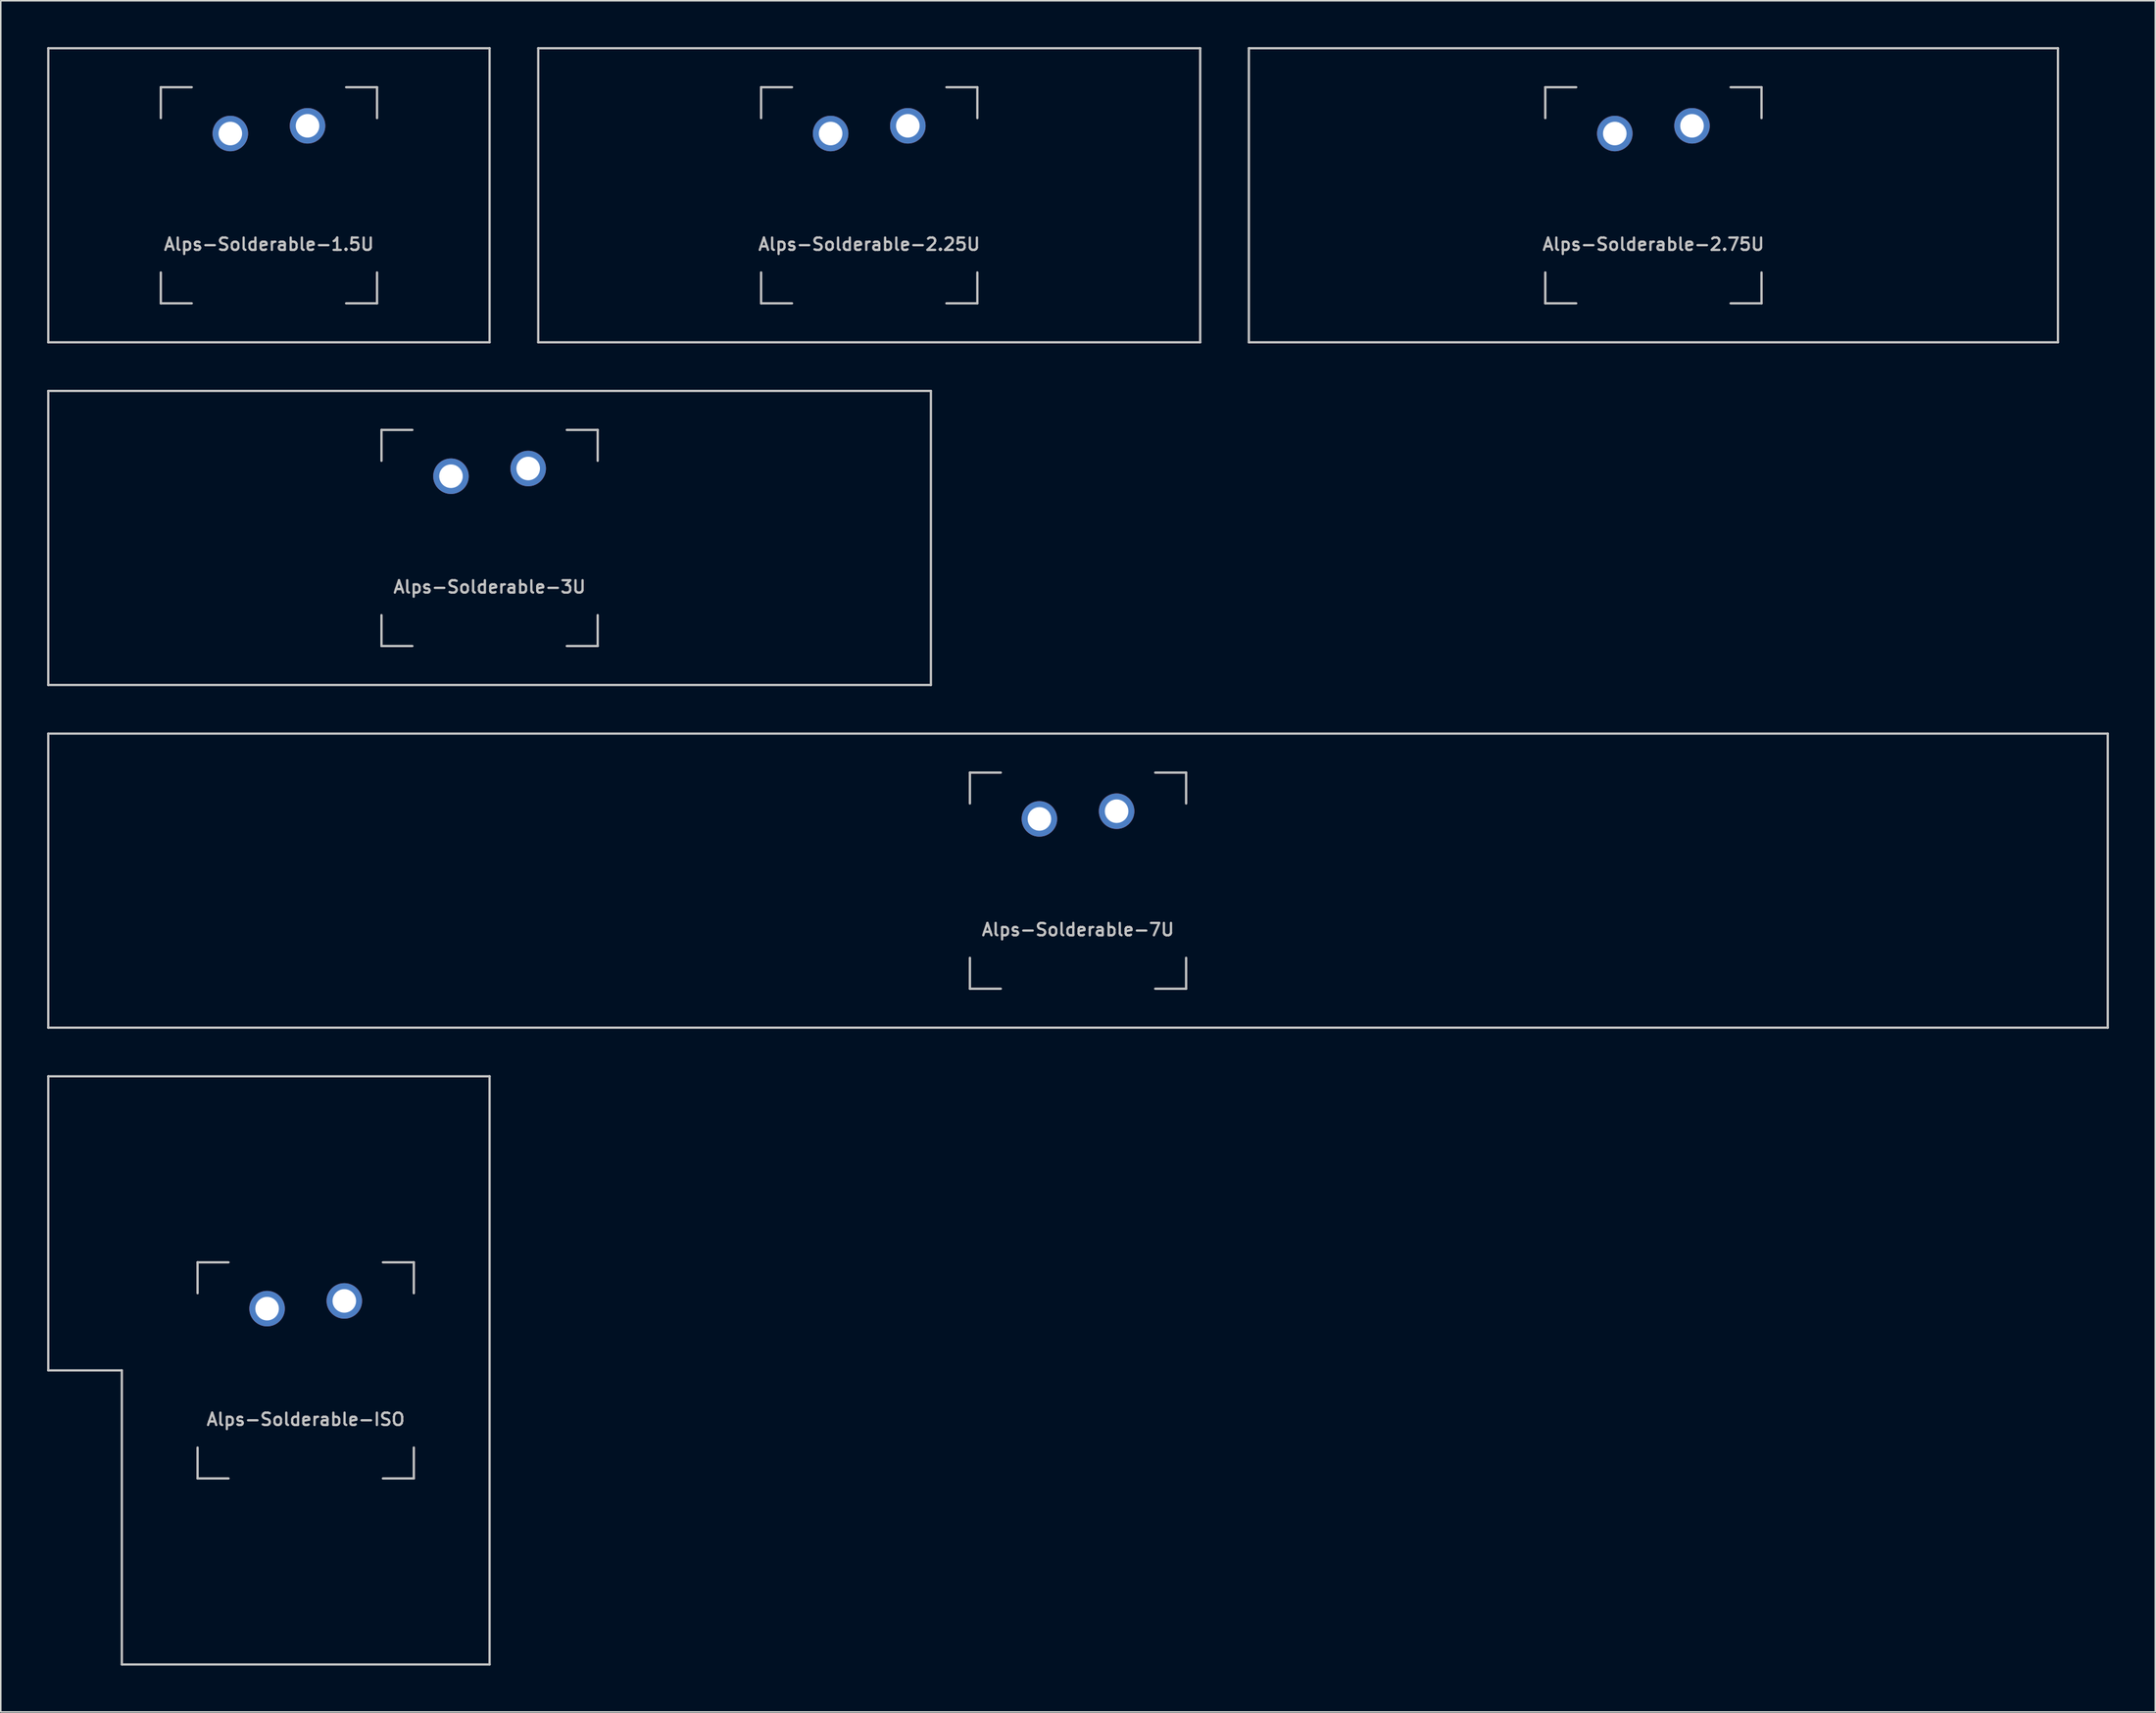
<source format=kicad_pcb>
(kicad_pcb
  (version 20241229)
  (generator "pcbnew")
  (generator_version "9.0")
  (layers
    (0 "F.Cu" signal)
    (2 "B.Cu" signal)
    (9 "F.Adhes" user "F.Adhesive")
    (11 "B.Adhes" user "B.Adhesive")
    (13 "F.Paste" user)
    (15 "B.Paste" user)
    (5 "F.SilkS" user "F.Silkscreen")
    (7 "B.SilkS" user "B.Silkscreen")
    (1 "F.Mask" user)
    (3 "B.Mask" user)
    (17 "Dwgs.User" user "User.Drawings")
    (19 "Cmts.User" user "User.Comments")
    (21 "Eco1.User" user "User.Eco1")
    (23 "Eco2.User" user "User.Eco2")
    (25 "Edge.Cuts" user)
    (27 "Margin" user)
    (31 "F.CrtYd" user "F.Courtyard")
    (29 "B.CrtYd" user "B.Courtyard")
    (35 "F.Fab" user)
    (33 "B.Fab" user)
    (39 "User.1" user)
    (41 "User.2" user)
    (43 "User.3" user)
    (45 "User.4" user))
  (footprint "Alps-Solderable-1.5U"
    (layer "F.Cu")
    (at 14.363 9.6)
    (property "Reference" "Alps-Solderable-1.5U" (at 0 3.175 0) (layer "Dwgs.User") (effects (font (size 0.8 0.8) (thickness 0.15))))
    (attr through_hole)
    (fp_line (start -14.287 9.525) (end -14.287 -9.525) (stroke (width 0.15) (type solid)) (layer "Dwgs.User"))
    (fp_line (start -7 -7) (end -7 -5) (stroke (width 0.15) (type solid)) (layer "Dwgs.User"))
    (fp_line (start -7 5) (end -7 7) (stroke (width 0.15) (type solid)) (layer "Dwgs.User"))
    (fp_line (start -7 7) (end -5 7) (stroke (width 0.15) (type solid)) (layer "Dwgs.User"))
    (fp_line (start -5 -7) (end -7 -7) (stroke (width 0.15) (type solid)) (layer "Dwgs.User"))
    (fp_line (start 5 -7) (end 7 -7) (stroke (width 0.15) (type solid)) (layer "Dwgs.User"))
    (fp_line (start 5 7) (end 7 7) (stroke (width 0.15) (type solid)) (layer "Dwgs.User"))
    (fp_line (start 7 -7) (end 7 -5) (stroke (width 0.15) (type solid)) (layer "Dwgs.User"))
    (fp_line (start 7 7) (end 7 5) (stroke (width 0.15) (type solid)) (layer "Dwgs.User"))
    (fp_line (start 14.287 -9.525) (end -14.287 -9.525) (stroke (width 0.15) (type solid)) (layer "Dwgs.User"))
    (fp_line (start 14.287 9.525) (end -14.287 9.525) (stroke (width 0.15) (type solid)) (layer "Dwgs.User"))
    (fp_line (start 14.287 9.525) (end 14.287 -9.525) (stroke (width 0.15) (type solid)) (layer "Dwgs.User"))
    (pad "1" thru_hole circle (at -2.5 -4) (size 2.3 2.3) (drill 1.524) (layers "*.Cu" "B.Mask"))
    (pad "2" thru_hole circle (at 2.5 -4.5) (size 2.3 2.3) (drill 1.524) (layers "*.Cu" "B.Mask")))
  (footprint "Alps-Solderable-3U"
    (layer "F.Cu")
    (at 28.65 31.8)
    (property "Reference" "Alps-Solderable-3U" (at 0 3.175 0) (layer "Dwgs.User") (effects (font (size 0.8 0.8) (thickness 0.15))))
    (attr through_hole)
    (fp_line (start -28.575 9.525) (end -28.575 -9.525) (stroke (width 0.15) (type solid)) (layer "Dwgs.User"))
    (fp_line (start -7 -7) (end -7 -5) (stroke (width 0.15) (type solid)) (layer "Dwgs.User"))
    (fp_line (start -7 5) (end -7 7) (stroke (width 0.15) (type solid)) (layer "Dwgs.User"))
    (fp_line (start -7 7) (end -5 7) (stroke (width 0.15) (type solid)) (layer "Dwgs.User"))
    (fp_line (start -5 -7) (end -7 -7) (stroke (width 0.15) (type solid)) (layer "Dwgs.User"))
    (fp_line (start 5 -7) (end 7 -7) (stroke (width 0.15) (type solid)) (layer "Dwgs.User"))
    (fp_line (start 5 7) (end 7 7) (stroke (width 0.15) (type solid)) (layer "Dwgs.User"))
    (fp_line (start 7 -7) (end 7 -5) (stroke (width 0.15) (type solid)) (layer "Dwgs.User"))
    (fp_line (start 7 7) (end 7 5) (stroke (width 0.15) (type solid)) (layer "Dwgs.User"))
    (fp_line (start 28.575 -9.525) (end -28.575 -9.525) (stroke (width 0.15) (type solid)) (layer "Dwgs.User"))
    (fp_line (start 28.575 9.525) (end -28.575 9.525) (stroke (width 0.15) (type solid)) (layer "Dwgs.User"))
    (fp_line (start 28.575 9.525) (end 28.575 -9.525) (stroke (width 0.15) (type solid)) (layer "Dwgs.User"))
    (pad "1" thru_hole circle (at -2.5 -4) (size 2.3 2.3) (drill 1.524) (layers "*.Cu" "B.Mask"))
    (pad "2" thru_hole circle (at 2.5 -4.5) (size 2.3 2.3) (drill 1.524) (layers "*.Cu" "B.Mask")))
  (footprint "Alps-Solderable-2.75U"
    (layer "F.Cu")
    (at 104.006 9.6)
    (property "Reference" "Alps-Solderable-2.75U" (at 0 3.175 0) (layer "Dwgs.User") (effects (font (size 0.8 0.8) (thickness 0.15))))
    (attr through_hole)
    (fp_line (start -26.194 9.525) (end -26.194 -9.525) (stroke (width 0.15) (type solid)) (layer "Dwgs.User"))
    (fp_line (start -7 -7) (end -7 -5) (stroke (width 0.15) (type solid)) (layer "Dwgs.User"))
    (fp_line (start -7 5) (end -7 7) (stroke (width 0.15) (type solid)) (layer "Dwgs.User"))
    (fp_line (start -7 7) (end -5 7) (stroke (width 0.15) (type solid)) (layer "Dwgs.User"))
    (fp_line (start -5 -7) (end -7 -7) (stroke (width 0.15) (type solid)) (layer "Dwgs.User"))
    (fp_line (start 5 -7) (end 7 -7) (stroke (width 0.15) (type solid)) (layer "Dwgs.User"))
    (fp_line (start 5 7) (end 7 7) (stroke (width 0.15) (type solid)) (layer "Dwgs.User"))
    (fp_line (start 7 -7) (end 7 -5) (stroke (width 0.15) (type solid)) (layer "Dwgs.User"))
    (fp_line (start 7 7) (end 7 5) (stroke (width 0.15) (type solid)) (layer "Dwgs.User"))
    (fp_line (start 26.194 -9.525) (end -26.194 -9.525) (stroke (width 0.15) (type solid)) (layer "Dwgs.User"))
    (fp_line (start 26.194 9.525) (end -26.194 9.525) (stroke (width 0.15) (type solid)) (layer "Dwgs.User"))
    (fp_line (start 26.194 9.525) (end 26.194 -9.525) (stroke (width 0.15) (type solid)) (layer "Dwgs.User"))
    (pad "1" thru_hole circle (at -2.5 -4) (size 2.3 2.3) (drill 1.524) (layers "*.Cu" "B.Mask"))
    (pad "2" thru_hole circle (at 2.5 -4.5) (size 2.3 2.3) (drill 1.524) (layers "*.Cu" "B.Mask")))
  (footprint "Alps-Solderable-2.25U"
    (layer "F.Cu")
    (at 53.231 9.6)
    (property "Reference" "Alps-Solderable-2.25U" (at 0 3.175 0) (layer "Dwgs.User") (effects (font (size 0.8 0.8) (thickness 0.15))))
    (attr through_hole)
    (fp_line (start -21.431 9.525) (end -21.431 -9.525) (stroke (width 0.15) (type solid)) (layer "Dwgs.User"))
    (fp_line (start -7 -7) (end -7 -5) (stroke (width 0.15) (type solid)) (layer "Dwgs.User"))
    (fp_line (start -7 5) (end -7 7) (stroke (width 0.15) (type solid)) (layer "Dwgs.User"))
    (fp_line (start -7 7) (end -5 7) (stroke (width 0.15) (type solid)) (layer "Dwgs.User"))
    (fp_line (start -5 -7) (end -7 -7) (stroke (width 0.15) (type solid)) (layer "Dwgs.User"))
    (fp_line (start 5 -7) (end 7 -7) (stroke (width 0.15) (type solid)) (layer "Dwgs.User"))
    (fp_line (start 5 7) (end 7 7) (stroke (width 0.15) (type solid)) (layer "Dwgs.User"))
    (fp_line (start 7 -7) (end 7 -5) (stroke (width 0.15) (type solid)) (layer "Dwgs.User"))
    (fp_line (start 7 7) (end 7 5) (stroke (width 0.15) (type solid)) (layer "Dwgs.User"))
    (fp_line (start 21.431 -9.525) (end -21.431 -9.525) (stroke (width 0.15) (type solid)) (layer "Dwgs.User"))
    (fp_line (start 21.431 9.525) (end -21.431 9.525) (stroke (width 0.15) (type solid)) (layer "Dwgs.User"))
    (fp_line (start 21.431 9.525) (end 21.431 -9.525) (stroke (width 0.15) (type solid)) (layer "Dwgs.User"))
    (pad "1" thru_hole circle (at -2.5 -4) (size 2.3 2.3) (drill 1.524) (layers "*.Cu" "B.Mask"))
    (pad "2" thru_hole circle (at 2.5 -4.5) (size 2.3 2.3) (drill 1.524) (layers "*.Cu" "B.Mask")))
  (footprint "Alps-Solderable-7U"
    (layer "F.Cu")
    (at 66.75 54)
    (property "Reference" "Alps-Solderable-7U" (at 0 3.175 0) (layer "Dwgs.User") (effects (font (size 0.8 0.8) (thickness 0.15))))
    (attr through_hole)
    (fp_line (start -66.675 9.525) (end -66.675 -9.525) (stroke (width 0.15) (type solid)) (layer "Dwgs.User"))
    (fp_line (start -7 -7) (end -7 -5) (stroke (width 0.15) (type solid)) (layer "Dwgs.User"))
    (fp_line (start -7 5) (end -7 7) (stroke (width 0.15) (type solid)) (layer "Dwgs.User"))
    (fp_line (start -7 7) (end -5 7) (stroke (width 0.15) (type solid)) (layer "Dwgs.User"))
    (fp_line (start -5 -7) (end -7 -7) (stroke (width 0.15) (type solid)) (layer "Dwgs.User"))
    (fp_line (start 5 -7) (end 7 -7) (stroke (width 0.15) (type solid)) (layer "Dwgs.User"))
    (fp_line (start 5 7) (end 7 7) (stroke (width 0.15) (type solid)) (layer "Dwgs.User"))
    (fp_line (start 7 -7) (end 7 -5) (stroke (width 0.15) (type solid)) (layer "Dwgs.User"))
    (fp_line (start 7 7) (end 7 5) (stroke (width 0.15) (type solid)) (layer "Dwgs.User"))
    (fp_line (start 66.675 -9.525) (end -66.675 -9.525) (stroke (width 0.15) (type solid)) (layer "Dwgs.User"))
    (fp_line (start 66.675 9.525) (end -66.675 9.525) (stroke (width 0.15) (type solid)) (layer "Dwgs.User"))
    (fp_line (start 66.675 9.525) (end 66.675 -9.525) (stroke (width 0.15) (type solid)) (layer "Dwgs.User"))
    (pad "1" thru_hole circle (at -2.5 -4) (size 2.3 2.3) (drill 1.524) (layers "*.Cu" "B.Mask"))
    (pad "2" thru_hole circle (at 2.5 -4.5) (size 2.3 2.3) (drill 1.524) (layers "*.Cu" "B.Mask")))
  (footprint "Alps-Solderable-ISO"
    (layer "F.Cu")
    (at 16.744 85.725)
    (property "Reference" "Alps-Solderable-ISO" (at 0 3.175 0) (layer "Dwgs.User") (effects (font (size 0.8 0.8) (thickness 0.15))))
    (attr through_hole)
    (fp_line (start -16.669 -19.05) (end -16.669 0) (stroke (width 0.15) (type solid)) (layer "Dwgs.User"))
    (fp_line (start -16.669 -19.05) (end 11.906 -19.05) (stroke (width 0.15) (type solid)) (layer "Dwgs.User"))
    (fp_line (start -11.906 0) (end -16.669 0) (stroke (width 0.15) (type solid)) (layer "Dwgs.User"))
    (fp_line (start -11.906 19.05) (end -11.906 0) (stroke (width 0.15) (type solid)) (layer "Dwgs.User"))
    (fp_line (start -11.906 19.05) (end 11.906 19.05) (stroke (width 0.15) (type solid)) (layer "Dwgs.User"))
    (fp_line (start -7 -7) (end -7 -5) (stroke (width 0.15) (type solid)) (layer "Dwgs.User"))
    (fp_line (start -7 5) (end -7 7) (stroke (width 0.15) (type solid)) (layer "Dwgs.User"))
    (fp_line (start -7 7) (end -5 7) (stroke (width 0.15) (type solid)) (layer "Dwgs.User"))
    (fp_line (start -5 -7) (end -7 -7) (stroke (width 0.15) (type solid)) (layer "Dwgs.User"))
    (fp_line (start 5 -7) (end 7 -7) (stroke (width 0.15) (type solid)) (layer "Dwgs.User"))
    (fp_line (start 5 7) (end 7 7) (stroke (width 0.15) (type solid)) (layer "Dwgs.User"))
    (fp_line (start 7 -7) (end 7 -5) (stroke (width 0.15) (type solid)) (layer "Dwgs.User"))
    (fp_line (start 7 7) (end 7 5) (stroke (width 0.15) (type solid)) (layer "Dwgs.User"))
    (fp_line (start 11.906 -19.05) (end 11.906 19.05) (stroke (width 0.15) (type solid)) (layer "Dwgs.User"))
    (pad "1" thru_hole circle (at -2.5 -4) (size 2.3 2.3) (drill 1.524) (layers "*.Cu" "B.Mask"))
    (pad "2" thru_hole circle (at 2.5 -4.5) (size 2.3 2.3) (drill 1.524) (layers "*.Cu" "B.Mask")))
  (gr_rect
    (start -3 -3)
    (end 136.5 107.85)
    (stroke (width 0.1) (type default))
    (fill no)
    (layer "Edge.Cuts")))
</source>
